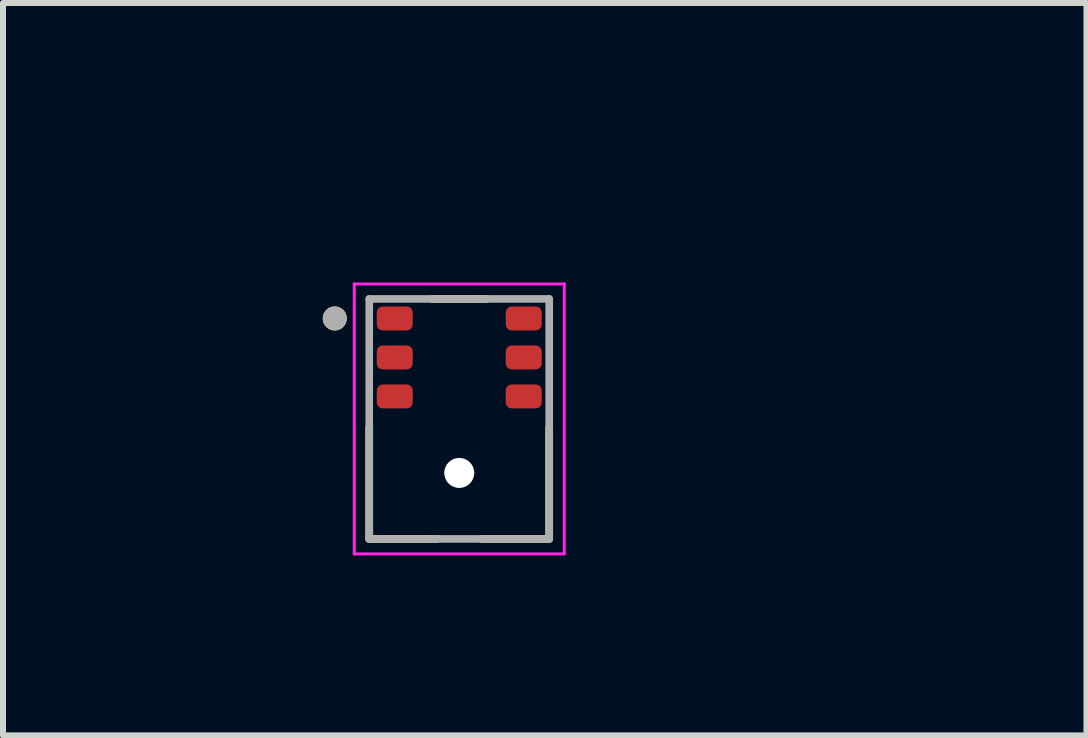
<source format=kicad_pcb>
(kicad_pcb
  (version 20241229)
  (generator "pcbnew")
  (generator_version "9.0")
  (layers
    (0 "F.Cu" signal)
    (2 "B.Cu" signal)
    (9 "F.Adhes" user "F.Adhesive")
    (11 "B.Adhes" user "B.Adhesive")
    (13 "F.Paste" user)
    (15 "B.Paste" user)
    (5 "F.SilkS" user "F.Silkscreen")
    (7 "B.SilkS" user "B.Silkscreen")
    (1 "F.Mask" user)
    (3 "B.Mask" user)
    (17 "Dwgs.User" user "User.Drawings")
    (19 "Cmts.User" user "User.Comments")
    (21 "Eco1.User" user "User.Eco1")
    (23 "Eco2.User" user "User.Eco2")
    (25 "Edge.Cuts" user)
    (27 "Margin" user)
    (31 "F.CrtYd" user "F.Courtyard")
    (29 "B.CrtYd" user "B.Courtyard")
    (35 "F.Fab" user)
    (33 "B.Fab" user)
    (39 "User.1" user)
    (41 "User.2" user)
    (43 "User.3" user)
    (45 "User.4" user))
  (footprint "MIC_ICS-43432"
    (layer "F.Cu")
    (at 4.605 3.933)
    (property "Reference" "MIC_ICS-43432" (at 1.425 -3.085 0) (layer "User.2") (effects (font (size 1 1) (thickness 0.15))))
    (attr smd)
    (fp_circle (center 0 0.9) (end 0.7 0.9) (stroke (width 0.3) (type solid)) (fill no) (layer "F.Mask"))
    (fp_line (start -1.5 2) (end -1.5 0.145) (stroke (width 0.127) (type solid)) (layer "F.SilkS"))
    (fp_line (start -0.455 -2) (end 0.455 -2) (stroke (width 0.127) (type solid)) (layer "F.SilkS"))
    (fp_line (start -0.37 2) (end -1.5 2) (stroke (width 0.127) (type solid)) (layer "F.SilkS"))
    (fp_line (start 1.5 2) (end 0.37 2) (stroke (width 0.127) (type solid)) (layer "F.SilkS"))
    (fp_line (start 1.5 2) (end 1.5 0.145) (stroke (width 0.127) (type solid)) (layer "F.SilkS"))
    (fp_circle (center -2.075 -1.675) (end -1.975 -1.675) (stroke (width 0.2) (type solid)) (fill no) (layer "F.SilkS"))
    (fp_poly (pts (xy -0.573 0.85) (xy -0.57 0.823) (xy -0.566 0.797) (xy -0.56 0.771) (xy -0.554 0.745) (xy -0.546 0.719) (xy -0.537 0.694) (xy -0.527 0.669) (xy -0.515 0.645) (xy -0.503 0.621) (xy -0.489 0.598) (xy -0.475 0.576) (xy -0.459 0.554) (xy -0.443 0.533) (xy -0.425 0.513) (xy -0.407 0.493) (xy -0.387 0.475) (xy -0.367 0.457) (xy -0.346 0.441) (xy -0.324 0.425) (xy -0.302 0.411) (xy -0.279 0.397) (xy -0.255 0.385) (xy -0.231 0.373) (xy -0.206 0.363) (xy -0.181 0.354) (xy -0.155 0.346) (xy -0.129 0.34) (xy -0.103 0.334) (xy -0.077 0.33) (xy -0.05 0.327) (xy -0.05 0.077) (xy -0.083 0.079) (xy -0.123 0.084) (xy -0.163 0.091) (xy -0.202 0.1) (xy -0.241 0.111) (xy -0.279 0.124) (xy -0.317 0.138) (xy -0.354 0.155) (xy -0.39 0.173) (xy -0.425 0.193) (xy -0.459 0.214) (xy -0.492 0.238) (xy -0.524 0.262) (xy -0.554 0.289) (xy -0.583 0.317) (xy -0.611 0.346) (xy -0.638 0.376) (xy -0.662 0.408) (xy -0.686 0.441) (xy -0.707 0.475) (xy -0.727 0.51) (xy -0.745 0.546) (xy -0.762 0.583) (xy -0.776 0.621) (xy -0.789 0.659) (xy -0.8 0.698) (xy -0.809 0.737) (xy -0.816 0.777) (xy -0.821 0.817) (xy -0.823 0.85) (xy -0.573 0.85) (xy -0.573 0.85)) (stroke (width 0.01) (type solid)) (fill yes) (layer "F.Paste"))
    (fp_poly (pts (xy -0.05 1.473) (xy -0.077 1.47) (xy -0.103 1.466) (xy -0.129 1.46) (xy -0.155 1.454) (xy -0.181 1.446) (xy -0.206 1.437) (xy -0.231 1.427) (xy -0.255 1.415) (xy -0.279 1.403) (xy -0.302 1.389) (xy -0.324 1.375) (xy -0.346 1.359) (xy -0.367 1.343) (xy -0.387 1.325) (xy -0.407 1.307) (xy -0.425 1.287) (xy -0.443 1.267) (xy -0.459 1.246) (xy -0.475 1.224) (xy -0.489 1.202) (xy -0.503 1.179) (xy -0.515 1.155) (xy -0.527 1.131) (xy -0.537 1.106) (xy -0.546 1.081) (xy -0.554 1.055) (xy -0.56 1.029) (xy -0.566 1.003) (xy -0.57 0.977) (xy -0.573 0.95) (xy -0.823 0.95) (xy -0.821 0.983) (xy -0.816 1.023) (xy -0.809 1.063) (xy -0.8 1.102) (xy -0.789 1.141) (xy -0.776 1.179) (xy -0.762 1.217) (xy -0.745 1.254) (xy -0.727 1.29) (xy -0.707 1.325) (xy -0.686 1.359) (xy -0.662 1.392) (xy -0.638 1.424) (xy -0.611 1.454) (xy -0.583 1.483) (xy -0.554 1.511) (xy -0.524 1.538) (xy -0.492 1.562) (xy -0.459 1.586) (xy -0.425 1.607) (xy -0.39 1.627) (xy -0.354 1.645) (xy -0.317 1.662) (xy -0.279 1.676) (xy -0.241 1.689) (xy -0.202 1.7) (xy -0.163 1.709) (xy -0.123 1.716) (xy -0.083 1.721) (xy -0.05 1.723) (xy -0.05 1.473) (xy -0.05 1.473)) (stroke (width 0.01) (type solid)) (fill yes) (layer "F.Paste"))
    (fp_poly (pts (xy 0.05 0.327) (xy 0.077 0.33) (xy 0.103 0.334) (xy 0.129 0.34) (xy 0.155 0.346) (xy 0.181 0.354) (xy 0.206 0.363) (xy 0.231 0.373) (xy 0.255 0.385) (xy 0.279 0.397) (xy 0.302 0.411) (xy 0.324 0.425) (xy 0.346 0.441) (xy 0.367 0.457) (xy 0.387 0.475) (xy 0.407 0.493) (xy 0.425 0.513) (xy 0.443 0.533) (xy 0.459 0.554) (xy 0.475 0.576) (xy 0.489 0.598) (xy 0.503 0.621) (xy 0.515 0.645) (xy 0.527 0.669) (xy 0.537 0.694) (xy 0.546 0.719) (xy 0.554 0.745) (xy 0.56 0.771) (xy 0.566 0.797) (xy 0.57 0.823) (xy 0.573 0.85) (xy 0.823 0.85) (xy 0.821 0.817) (xy 0.816 0.777) (xy 0.809 0.737) (xy 0.8 0.698) (xy 0.789 0.659) (xy 0.776 0.621) (xy 0.762 0.583) (xy 0.745 0.546) (xy 0.727 0.51) (xy 0.707 0.475) (xy 0.686 0.441) (xy 0.662 0.408) (xy 0.638 0.376) (xy 0.611 0.346) (xy 0.583 0.317) (xy 0.554 0.289) (xy 0.524 0.262) (xy 0.492 0.238) (xy 0.459 0.214) (xy 0.425 0.193) (xy 0.39 0.173) (xy 0.354 0.155) (xy 0.317 0.138) (xy 0.279 0.124) (xy 0.241 0.111) (xy 0.202 0.1) (xy 0.163 0.091) (xy 0.123 0.084) (xy 0.083 0.079) (xy 0.05 0.077) (xy 0.05 0.327) (xy 0.05 0.327)) (stroke (width 0.01) (type solid)) (fill yes) (layer "F.Paste"))
    (fp_poly (pts (xy 0.573 0.95) (xy 0.57 0.977) (xy 0.566 1.003) (xy 0.56 1.029) (xy 0.554 1.055) (xy 0.546 1.081) (xy 0.537 1.106) (xy 0.527 1.131) (xy 0.515 1.155) (xy 0.503 1.179) (xy 0.489 1.202) (xy 0.475 1.224) (xy 0.459 1.246) (xy 0.443 1.267) (xy 0.425 1.287) (xy 0.407 1.307) (xy 0.387 1.325) (xy 0.367 1.343) (xy 0.346 1.359) (xy 0.324 1.375) (xy 0.302 1.389) (xy 0.279 1.403) (xy 0.255 1.415) (xy 0.231 1.427) (xy 0.206 1.437) (xy 0.181 1.446) (xy 0.155 1.454) (xy 0.129 1.46) (xy 0.103 1.466) (xy 0.077 1.47) (xy 0.05 1.473) (xy 0.05 1.723) (xy 0.083 1.721) (xy 0.123 1.716) (xy 0.163 1.709) (xy 0.202 1.7) (xy 0.241 1.689) (xy 0.279 1.676) (xy 0.317 1.662) (xy 0.354 1.645) (xy 0.39 1.627) (xy 0.425 1.607) (xy 0.459 1.586) (xy 0.492 1.562) (xy 0.524 1.538) (xy 0.554 1.511) (xy 0.583 1.483) (xy 0.611 1.454) (xy 0.638 1.424) (xy 0.662 1.392) (xy 0.686 1.359) (xy 0.707 1.325) (xy 0.727 1.29) (xy 0.745 1.254) (xy 0.762 1.217) (xy 0.776 1.179) (xy 0.789 1.141) (xy 0.8 1.102) (xy 0.809 1.063) (xy 0.816 1.023) (xy 0.821 0.983) (xy 0.823 0.95) (xy 0.573 0.95) (xy 0.573 0.95)) (stroke (width 0.01) (type solid)) (fill yes) (layer "F.Paste"))
    (fp_line (start -1.75 -2.25) (end -1.75 2.25) (stroke (width 0.05) (type solid)) (layer "F.CrtYd"))
    (fp_line (start -1.75 2.25) (end 1.75 2.25) (stroke (width 0.05) (type solid)) (layer "F.CrtYd"))
    (fp_line (start 1.75 -2.25) (end -1.75 -2.25) (stroke (width 0.05) (type solid)) (layer "F.CrtYd"))
    (fp_line (start 1.75 2.25) (end 1.75 -2.25) (stroke (width 0.05) (type solid)) (layer "F.CrtYd"))
    (fp_line (start -1.5 -2) (end 1.5 -2) (stroke (width 0.127) (type solid)) (layer "F.Fab"))
    (fp_line (start -1.5 2) (end -1.5 -2) (stroke (width 0.127) (type solid)) (layer "F.Fab"))
    (fp_line (start 1.5 -2) (end 1.5 2) (stroke (width 0.127) (type solid)) (layer "F.Fab"))
    (fp_line (start 1.5 2) (end -1.5 2) (stroke (width 0.127) (type solid)) (layer "F.Fab"))
    (fp_circle (center -2.075 -1.675) (end -1.975 -1.675) (stroke (width 0.2) (type solid)) (fill no) (layer "F.Fab"))
    (pad "" np_thru_hole circle (at 0 0.9) (size 0.5 0.5) (drill 0.5) (layers "*.Cu" "*.Mask"))
    (pad "1" smd roundrect (at -1.075 -1.675) (size 0.6 0.4) (layers "F.Cu" "F.Mask" "F.Paste") (roundrect_rratio 0.25))
    (pad "2" smd roundrect (at -1.075 -1.025) (size 0.6 0.4) (layers "F.Cu" "F.Mask" "F.Paste") (roundrect_rratio 0.25))
    (pad "3" smd roundrect (at -1.075 -0.375) (size 0.6 0.4) (layers "F.Cu" "F.Mask" "F.Paste") (roundrect_rratio 0.25))
    (pad "5" smd roundrect (at 1.075 -0.375) (size 0.6 0.4) (layers "F.Cu" "F.Mask" "F.Paste") (roundrect_rratio 0.25))
    (pad "6" smd roundrect (at 1.075 -1.025) (size 0.6 0.4) (layers "F.Cu" "F.Mask" "F.Paste") (roundrect_rratio 0.25))
    (pad "7" smd roundrect (at 1.075 -1.675) (size 0.6 0.4) (layers "F.Cu" "F.Mask" "F.Paste") (roundrect_rratio 0.25)))
  (gr_rect
    (start -3 -3)
    (end 15.06 9.208)
    (stroke (width 0.1) (type default))
    (fill no)
    (layer "Edge.Cuts")))
</source>
